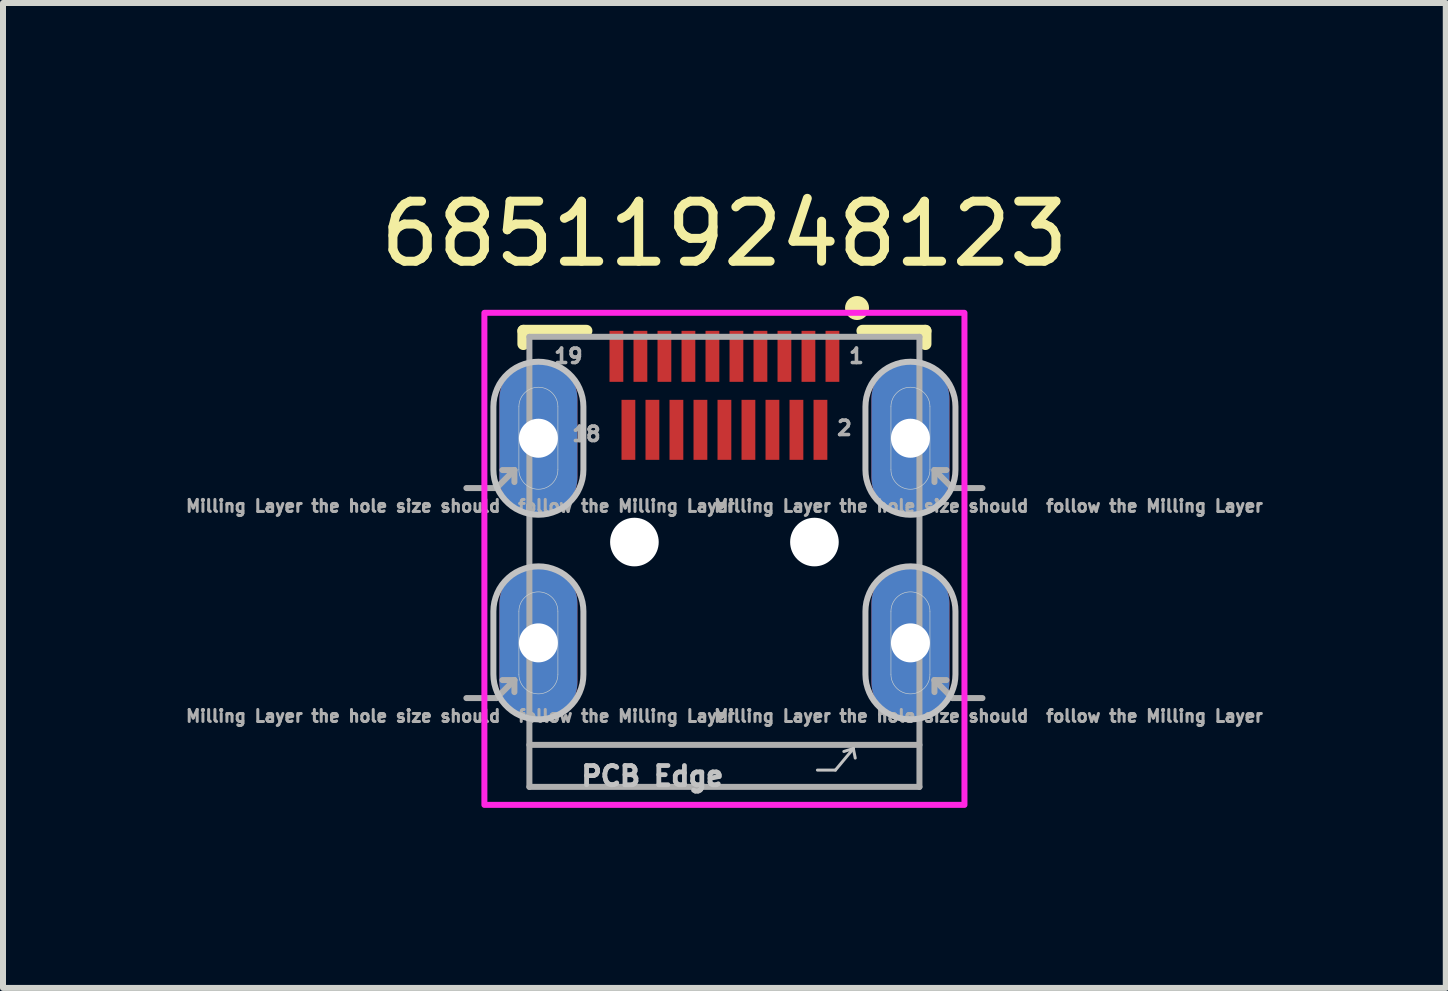
<source format=kicad_pcb>
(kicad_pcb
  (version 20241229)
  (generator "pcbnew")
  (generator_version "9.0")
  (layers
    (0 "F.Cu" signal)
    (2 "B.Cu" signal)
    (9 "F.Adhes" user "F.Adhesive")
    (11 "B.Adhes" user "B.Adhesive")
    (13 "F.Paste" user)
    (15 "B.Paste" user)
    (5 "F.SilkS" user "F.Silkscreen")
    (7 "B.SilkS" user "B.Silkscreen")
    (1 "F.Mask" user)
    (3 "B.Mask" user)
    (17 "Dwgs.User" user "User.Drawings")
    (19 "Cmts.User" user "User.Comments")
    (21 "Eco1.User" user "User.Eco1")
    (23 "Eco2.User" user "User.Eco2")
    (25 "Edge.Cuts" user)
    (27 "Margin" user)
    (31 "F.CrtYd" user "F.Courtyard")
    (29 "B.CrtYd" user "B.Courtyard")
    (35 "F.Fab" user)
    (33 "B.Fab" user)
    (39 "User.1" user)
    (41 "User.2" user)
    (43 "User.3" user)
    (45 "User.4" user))
  (footprint "685119248123"
    (layer "F.Cu")
    (at 9.022 5.983)
    (property "Reference" "685119248123" (at 0 -5.135 0) (layer "F.SilkS") (effects (font (size 1 1) (thickness 0.15))))
    (attr smd)
    (fp_poly (pts (xy -3.95 -2.255) (xy -3.95 -1.205) (xy -3.945 -1.116) (xy -3.931 -1.028) (xy -3.908 -0.942) (xy -3.877 -0.859) (xy -3.836 -0.78) (xy -3.788 -0.705) (xy -3.732 -0.636) (xy -3.669 -0.573) (xy -3.6 -0.517) (xy -3.525 -0.469) (xy -3.446 -0.428) (xy -3.363 -0.397) (xy -3.277 -0.374) (xy -3.189 -0.36) (xy -3.1 -0.355) (xy -3.011 -0.36) (xy -2.923 -0.374) (xy -2.837 -0.397) (xy -2.754 -0.428) (xy -2.675 -0.469) (xy -2.6 -0.517) (xy -2.531 -0.573) (xy -2.468 -0.636) (xy -2.412 -0.705) (xy -2.364 -0.78) (xy -2.323 -0.859) (xy -2.292 -0.942) (xy -2.269 -1.028) (xy -2.255 -1.116) (xy -2.25 -1.205) (xy -2.25 -2.255) (xy -2.255 -2.344) (xy -2.269 -2.432) (xy -2.292 -2.518) (xy -2.323 -2.601) (xy -2.364 -2.68) (xy -2.412 -2.755) (xy -2.468 -2.824) (xy -2.531 -2.887) (xy -2.6 -2.943) (xy -2.675 -2.991) (xy -2.754 -3.032) (xy -2.837 -3.063) (xy -2.923 -3.086) (xy -3.011 -3.1) (xy -3.1 -3.105) (xy -3.189 -3.1) (xy -3.277 -3.086) (xy -3.363 -3.063) (xy -3.446 -3.032) (xy -3.525 -2.991) (xy -3.6 -2.943) (xy -3.669 -2.887) (xy -3.732 -2.824) (xy -3.788 -2.755) (xy -3.836 -2.68) (xy -3.877 -2.601) (xy -3.908 -2.518) (xy -3.931 -2.432) (xy -3.945 -2.344) (xy -3.95 -2.255)) (stroke (width 0.1) (type solid)) (fill yes) (layer "F.Mask"))
    (fp_poly (pts (xy -2.25 2.205) (xy -2.255 2.294) (xy -2.269 2.382) (xy -2.292 2.468) (xy -2.323 2.551) (xy -2.364 2.63) (xy -2.412 2.705) (xy -2.468 2.774) (xy -2.531 2.837) (xy -2.6 2.893) (xy -2.675 2.941) (xy -2.754 2.982) (xy -2.837 3.013) (xy -2.923 3.036) (xy -3.011 3.05) (xy -3.1 3.055) (xy -3.189 3.05) (xy -3.277 3.036) (xy -3.363 3.013) (xy -3.446 2.982) (xy -3.525 2.941) (xy -3.6 2.893) (xy -3.669 2.837) (xy -3.732 2.774) (xy -3.788 2.705) (xy -3.836 2.63) (xy -3.877 2.551) (xy -3.908 2.468) (xy -3.931 2.382) (xy -3.945 2.294) (xy -3.95 2.205) (xy -3.95 1.155) (xy -3.945 1.066) (xy -3.931 0.978) (xy -3.908 0.892) (xy -3.877 0.809) (xy -3.836 0.73) (xy -3.788 0.655) (xy -3.732 0.586) (xy -3.669 0.523) (xy -3.6 0.467) (xy -3.525 0.419) (xy -3.446 0.378) (xy -3.363 0.347) (xy -3.277 0.324) (xy -3.189 0.31) (xy -3.1 0.305) (xy -3.011 0.31) (xy -2.923 0.324) (xy -2.837 0.347) (xy -2.754 0.378) (xy -2.675 0.419) (xy -2.6 0.467) (xy -2.531 0.523) (xy -2.468 0.586) (xy -2.412 0.655) (xy -2.364 0.73) (xy -2.323 0.809) (xy -2.292 0.892) (xy -2.269 0.978) (xy -2.255 1.066) (xy -2.25 1.155) (xy -2.25 2.205)) (stroke (width 0.1) (type solid)) (fill yes) (layer "F.Mask"))
    (fp_poly (pts (xy 2.25 -2.255) (xy 2.25 -1.205) (xy 2.255 -1.116) (xy 2.269 -1.028) (xy 2.292 -0.942) (xy 2.323 -0.859) (xy 2.364 -0.78) (xy 2.412 -0.705) (xy 2.468 -0.636) (xy 2.531 -0.573) (xy 2.6 -0.517) (xy 2.675 -0.469) (xy 2.754 -0.428) (xy 2.837 -0.397) (xy 2.923 -0.374) (xy 3.011 -0.36) (xy 3.1 -0.355) (xy 3.189 -0.36) (xy 3.277 -0.374) (xy 3.363 -0.397) (xy 3.446 -0.428) (xy 3.525 -0.469) (xy 3.6 -0.517) (xy 3.669 -0.573) (xy 3.732 -0.636) (xy 3.788 -0.705) (xy 3.836 -0.78) (xy 3.877 -0.859) (xy 3.908 -0.942) (xy 3.931 -1.028) (xy 3.945 -1.116) (xy 3.95 -1.205) (xy 3.95 -2.255) (xy 3.945 -2.344) (xy 3.931 -2.432) (xy 3.908 -2.518) (xy 3.877 -2.601) (xy 3.836 -2.68) (xy 3.788 -2.755) (xy 3.732 -2.824) (xy 3.669 -2.887) (xy 3.6 -2.943) (xy 3.525 -2.991) (xy 3.446 -3.032) (xy 3.363 -3.063) (xy 3.277 -3.086) (xy 3.189 -3.1) (xy 3.1 -3.105) (xy 3.011 -3.1) (xy 2.923 -3.086) (xy 2.837 -3.063) (xy 2.754 -3.032) (xy 2.675 -2.991) (xy 2.6 -2.943) (xy 2.531 -2.887) (xy 2.468 -2.824) (xy 2.412 -2.755) (xy 2.364 -2.68) (xy 2.323 -2.601) (xy 2.292 -2.518) (xy 2.269 -2.432) (xy 2.255 -2.344) (xy 2.25 -2.255)) (stroke (width 0.1) (type solid)) (fill yes) (layer "F.Mask"))
    (fp_poly (pts (xy 3.95 2.205) (xy 3.945 2.294) (xy 3.931 2.382) (xy 3.908 2.468) (xy 3.877 2.551) (xy 3.836 2.63) (xy 3.788 2.705) (xy 3.732 2.774) (xy 3.669 2.837) (xy 3.6 2.893) (xy 3.525 2.941) (xy 3.446 2.982) (xy 3.363 3.013) (xy 3.277 3.036) (xy 3.189 3.05) (xy 3.1 3.055) (xy 3.011 3.05) (xy 2.923 3.036) (xy 2.837 3.013) (xy 2.754 2.982) (xy 2.675 2.941) (xy 2.6 2.893) (xy 2.531 2.837) (xy 2.468 2.774) (xy 2.412 2.705) (xy 2.364 2.63) (xy 2.323 2.551) (xy 2.292 2.468) (xy 2.269 2.382) (xy 2.255 2.294) (xy 2.25 2.205) (xy 2.25 1.155) (xy 2.255 1.066) (xy 2.269 0.978) (xy 2.292 0.892) (xy 2.323 0.809) (xy 2.364 0.73) (xy 2.412 0.655) (xy 2.468 0.586) (xy 2.531 0.523) (xy 2.6 0.467) (xy 2.675 0.419) (xy 2.754 0.378) (xy 2.837 0.347) (xy 2.923 0.324) (xy 3.011 0.31) (xy 3.1 0.305) (xy 3.189 0.31) (xy 3.277 0.324) (xy 3.363 0.347) (xy 3.446 0.378) (xy 3.525 0.419) (xy 3.6 0.467) (xy 3.669 0.523) (xy 3.732 0.586) (xy 3.788 0.655) (xy 3.836 0.73) (xy 3.877 0.809) (xy 3.908 0.892) (xy 3.931 0.978) (xy 3.945 1.066) (xy 3.95 1.155) (xy 3.95 2.205)) (stroke (width 0.1) (type solid)) (fill yes) (layer "F.Mask"))
    (fp_poly (pts (xy -3.95 -2.255) (xy -3.95 -1.205) (xy -3.945 -1.116) (xy -3.931 -1.028) (xy -3.908 -0.942) (xy -3.877 -0.859) (xy -3.836 -0.78) (xy -3.788 -0.705) (xy -3.732 -0.636) (xy -3.669 -0.573) (xy -3.6 -0.517) (xy -3.525 -0.469) (xy -3.446 -0.428) (xy -3.363 -0.397) (xy -3.277 -0.374) (xy -3.189 -0.36) (xy -3.1 -0.355) (xy -3.011 -0.36) (xy -2.923 -0.374) (xy -2.837 -0.397) (xy -2.754 -0.428) (xy -2.675 -0.469) (xy -2.6 -0.517) (xy -2.531 -0.573) (xy -2.468 -0.636) (xy -2.412 -0.705) (xy -2.364 -0.78) (xy -2.323 -0.859) (xy -2.292 -0.942) (xy -2.269 -1.028) (xy -2.255 -1.116) (xy -2.25 -1.205) (xy -2.25 -2.255) (xy -2.255 -2.344) (xy -2.269 -2.432) (xy -2.292 -2.518) (xy -2.323 -2.601) (xy -2.364 -2.68) (xy -2.412 -2.755) (xy -2.468 -2.824) (xy -2.531 -2.887) (xy -2.6 -2.943) (xy -2.675 -2.991) (xy -2.754 -3.032) (xy -2.837 -3.063) (xy -2.923 -3.086) (xy -3.011 -3.1) (xy -3.1 -3.105) (xy -3.189 -3.1) (xy -3.277 -3.086) (xy -3.363 -3.063) (xy -3.446 -3.032) (xy -3.525 -2.991) (xy -3.6 -2.943) (xy -3.669 -2.887) (xy -3.732 -2.824) (xy -3.788 -2.755) (xy -3.836 -2.68) (xy -3.877 -2.601) (xy -3.908 -2.518) (xy -3.931 -2.432) (xy -3.945 -2.344) (xy -3.95 -2.255)) (stroke (width 0.1) (type solid)) (fill yes) (layer "B.Mask"))
    (fp_poly (pts (xy -2.25 2.205) (xy -2.255 2.294) (xy -2.269 2.382) (xy -2.292 2.468) (xy -2.323 2.551) (xy -2.364 2.63) (xy -2.412 2.705) (xy -2.468 2.774) (xy -2.531 2.837) (xy -2.6 2.893) (xy -2.675 2.941) (xy -2.754 2.982) (xy -2.837 3.013) (xy -2.923 3.036) (xy -3.011 3.05) (xy -3.1 3.055) (xy -3.189 3.05) (xy -3.277 3.036) (xy -3.363 3.013) (xy -3.446 2.982) (xy -3.525 2.941) (xy -3.6 2.893) (xy -3.669 2.837) (xy -3.732 2.774) (xy -3.788 2.705) (xy -3.836 2.63) (xy -3.877 2.551) (xy -3.908 2.468) (xy -3.931 2.382) (xy -3.945 2.294) (xy -3.95 2.205) (xy -3.95 1.155) (xy -3.945 1.066) (xy -3.931 0.978) (xy -3.908 0.892) (xy -3.877 0.809) (xy -3.836 0.73) (xy -3.788 0.655) (xy -3.732 0.586) (xy -3.669 0.523) (xy -3.6 0.467) (xy -3.525 0.419) (xy -3.446 0.378) (xy -3.363 0.347) (xy -3.277 0.324) (xy -3.189 0.31) (xy -3.1 0.305) (xy -3.011 0.31) (xy -2.923 0.324) (xy -2.837 0.347) (xy -2.754 0.378) (xy -2.675 0.419) (xy -2.6 0.467) (xy -2.531 0.523) (xy -2.468 0.586) (xy -2.412 0.655) (xy -2.364 0.73) (xy -2.323 0.809) (xy -2.292 0.892) (xy -2.269 0.978) (xy -2.255 1.066) (xy -2.25 1.155) (xy -2.25 2.205)) (stroke (width 0.1) (type solid)) (fill yes) (layer "B.Mask"))
    (fp_poly (pts (xy 2.25 -2.255) (xy 2.25 -1.205) (xy 2.255 -1.116) (xy 2.269 -1.028) (xy 2.292 -0.942) (xy 2.323 -0.859) (xy 2.364 -0.78) (xy 2.412 -0.705) (xy 2.468 -0.636) (xy 2.531 -0.573) (xy 2.6 -0.517) (xy 2.675 -0.469) (xy 2.754 -0.428) (xy 2.837 -0.397) (xy 2.923 -0.374) (xy 3.011 -0.36) (xy 3.1 -0.355) (xy 3.189 -0.36) (xy 3.277 -0.374) (xy 3.363 -0.397) (xy 3.446 -0.428) (xy 3.525 -0.469) (xy 3.6 -0.517) (xy 3.669 -0.573) (xy 3.732 -0.636) (xy 3.788 -0.705) (xy 3.836 -0.78) (xy 3.877 -0.859) (xy 3.908 -0.942) (xy 3.931 -1.028) (xy 3.945 -1.116) (xy 3.95 -1.205) (xy 3.95 -2.255) (xy 3.945 -2.344) (xy 3.931 -2.432) (xy 3.908 -2.518) (xy 3.877 -2.601) (xy 3.836 -2.68) (xy 3.788 -2.755) (xy 3.732 -2.824) (xy 3.669 -2.887) (xy 3.6 -2.943) (xy 3.525 -2.991) (xy 3.446 -3.032) (xy 3.363 -3.063) (xy 3.277 -3.086) (xy 3.189 -3.1) (xy 3.1 -3.105) (xy 3.011 -3.1) (xy 2.923 -3.086) (xy 2.837 -3.063) (xy 2.754 -3.032) (xy 2.675 -2.991) (xy 2.6 -2.943) (xy 2.531 -2.887) (xy 2.468 -2.824) (xy 2.412 -2.755) (xy 2.364 -2.68) (xy 2.323 -2.601) (xy 2.292 -2.518) (xy 2.269 -2.432) (xy 2.255 -2.344) (xy 2.25 -2.255)) (stroke (width 0.1) (type solid)) (fill yes) (layer "B.Mask"))
    (fp_poly (pts (xy 3.95 2.205) (xy 3.945 2.294) (xy 3.931 2.382) (xy 3.908 2.468) (xy 3.877 2.551) (xy 3.836 2.63) (xy 3.788 2.705) (xy 3.732 2.774) (xy 3.669 2.837) (xy 3.6 2.893) (xy 3.525 2.941) (xy 3.446 2.982) (xy 3.363 3.013) (xy 3.277 3.036) (xy 3.189 3.05) (xy 3.1 3.055) (xy 3.011 3.05) (xy 2.923 3.036) (xy 2.837 3.013) (xy 2.754 2.982) (xy 2.675 2.941) (xy 2.6 2.893) (xy 2.531 2.837) (xy 2.468 2.774) (xy 2.412 2.705) (xy 2.364 2.63) (xy 2.323 2.551) (xy 2.292 2.468) (xy 2.269 2.382) (xy 2.255 2.294) (xy 2.25 2.205) (xy 2.25 1.155) (xy 2.255 1.066) (xy 2.269 0.978) (xy 2.292 0.892) (xy 2.323 0.809) (xy 2.364 0.73) (xy 2.412 0.655) (xy 2.468 0.586) (xy 2.531 0.523) (xy 2.6 0.467) (xy 2.675 0.419) (xy 2.754 0.378) (xy 2.837 0.347) (xy 2.923 0.324) (xy 3.011 0.31) (xy 3.1 0.305) (xy 3.189 0.31) (xy 3.277 0.324) (xy 3.363 0.347) (xy 3.446 0.378) (xy 3.525 0.419) (xy 3.6 0.467) (xy 3.669 0.523) (xy 3.732 0.586) (xy 3.788 0.655) (xy 3.836 0.73) (xy 3.877 0.809) (xy 3.908 0.892) (xy 3.931 0.978) (xy 3.945 1.066) (xy 3.95 1.155) (xy 3.95 2.205)) (stroke (width 0.1) (type solid)) (fill yes) (layer "B.Mask"))
    (fp_line (start -3.35 -3.52) (end -3.35 -3.3) (stroke (width 0.2) (type solid)) (layer "F.SilkS"))
    (fp_line (start -2.3 -3.52) (end -3.35 -3.52) (stroke (width 0.2) (type solid)) (layer "F.SilkS"))
    (fp_line (start 2.3 -3.52) (end 3.35 -3.52) (stroke (width 0.2) (type solid)) (layer "F.SilkS"))
    (fp_line (start 3.35 -3.52) (end 3.35 -3.3) (stroke (width 0.2) (type solid)) (layer "F.SilkS"))
    (fp_circle (center 2.21 -3.9) (end 2.31 -3.9) (stroke (width 0.2) (type solid)) (fill no) (layer "F.SilkS"))
    (fp_line (start 1.55 3.8) (end 1.85 3.8) (stroke (width 0.05) (type solid)) (layer "Dwgs.User"))
    (fp_line (start 1.85 3.8) (end 2.15 3.44) (stroke (width 0.05) (type solid)) (layer "Dwgs.User"))
    (fp_line (start 2.15 3.44) (end 1.99 3.49) (stroke (width 0.05) (type solid)) (layer "Dwgs.User"))
    (fp_line (start 2.15 3.45) (end 2.18 3.6) (stroke (width 0.05) (type solid)) (layer "Dwgs.User"))
    (fp_poly (pts (xy -3.85 -2.255) (xy -3.85 -1.205) (xy -3.846 -1.127) (xy -3.834 -1.049) (xy -3.813 -0.973) (xy -3.785 -0.9) (xy -3.75 -0.83) (xy -3.707 -0.764) (xy -3.657 -0.703) (xy -3.602 -0.648) (xy -3.541 -0.598) (xy -3.475 -0.555) (xy -3.405 -0.52) (xy -3.332 -0.492) (xy -3.256 -0.471) (xy -3.178 -0.459) (xy -3.1 -0.455) (xy -3.022 -0.459) (xy -2.944 -0.471) (xy -2.868 -0.492) (xy -2.795 -0.52) (xy -2.725 -0.555) (xy -2.659 -0.598) (xy -2.598 -0.648) (xy -2.543 -0.703) (xy -2.493 -0.764) (xy -2.45 -0.83) (xy -2.415 -0.9) (xy -2.387 -0.973) (xy -2.366 -1.049) (xy -2.354 -1.127) (xy -2.35 -1.205) (xy -2.35 -2.255) (xy -2.354 -2.333) (xy -2.366 -2.411) (xy -2.387 -2.487) (xy -2.415 -2.56) (xy -2.45 -2.63) (xy -2.493 -2.696) (xy -2.543 -2.757) (xy -2.598 -2.812) (xy -2.659 -2.862) (xy -2.725 -2.905) (xy -2.795 -2.94) (xy -2.868 -2.968) (xy -2.944 -2.989) (xy -3.022 -3.001) (xy -3.1 -3.005) (xy -3.178 -3.001) (xy -3.256 -2.989) (xy -3.332 -2.968) (xy -3.405 -2.94) (xy -3.475 -2.905) (xy -3.541 -2.862) (xy -3.602 -2.812) (xy -3.657 -2.757) (xy -3.707 -2.696) (xy -3.75 -2.63) (xy -3.785 -2.56) (xy -3.813 -2.487) (xy -3.834 -2.411) (xy -3.846 -2.333) (xy -3.85 -2.255)) (stroke (width 0.1) (type solid)) (fill no) (layer "Dwgs.User"))
    (fp_poly (pts (xy -2.35 2.205) (xy -2.354 2.283) (xy -2.366 2.361) (xy -2.387 2.437) (xy -2.415 2.51) (xy -2.45 2.58) (xy -2.493 2.646) (xy -2.543 2.707) (xy -2.598 2.762) (xy -2.659 2.812) (xy -2.725 2.855) (xy -2.795 2.89) (xy -2.868 2.918) (xy -2.944 2.939) (xy -3.022 2.951) (xy -3.1 2.955) (xy -3.178 2.951) (xy -3.256 2.939) (xy -3.332 2.918) (xy -3.405 2.89) (xy -3.475 2.855) (xy -3.541 2.812) (xy -3.602 2.762) (xy -3.657 2.707) (xy -3.707 2.646) (xy -3.75 2.58) (xy -3.785 2.51) (xy -3.813 2.437) (xy -3.834 2.361) (xy -3.846 2.283) (xy -3.85 2.205) (xy -3.85 1.155) (xy -3.846 1.077) (xy -3.834 0.999) (xy -3.813 0.923) (xy -3.785 0.85) (xy -3.75 0.78) (xy -3.707 0.714) (xy -3.657 0.653) (xy -3.602 0.598) (xy -3.541 0.548) (xy -3.475 0.505) (xy -3.405 0.47) (xy -3.332 0.442) (xy -3.256 0.421) (xy -3.178 0.409) (xy -3.1 0.405) (xy -3.022 0.409) (xy -2.944 0.421) (xy -2.868 0.442) (xy -2.795 0.47) (xy -2.725 0.505) (xy -2.659 0.548) (xy -2.598 0.598) (xy -2.543 0.653) (xy -2.493 0.714) (xy -2.45 0.78) (xy -2.415 0.85) (xy -2.387 0.923) (xy -2.366 0.999) (xy -2.354 1.077) (xy -2.35 1.155) (xy -2.35 2.205)) (stroke (width 0.1) (type solid)) (fill no) (layer "Dwgs.User"))
    (fp_poly (pts (xy 2.35 -2.255) (xy 2.35 -1.205) (xy 2.354 -1.127) (xy 2.366 -1.049) (xy 2.387 -0.973) (xy 2.415 -0.9) (xy 2.45 -0.83) (xy 2.493 -0.764) (xy 2.543 -0.703) (xy 2.598 -0.648) (xy 2.659 -0.598) (xy 2.725 -0.555) (xy 2.795 -0.52) (xy 2.868 -0.492) (xy 2.944 -0.471) (xy 3.022 -0.459) (xy 3.1 -0.455) (xy 3.178 -0.459) (xy 3.256 -0.471) (xy 3.332 -0.492) (xy 3.405 -0.52) (xy 3.475 -0.555) (xy 3.541 -0.598) (xy 3.602 -0.648) (xy 3.657 -0.703) (xy 3.707 -0.764) (xy 3.75 -0.83) (xy 3.785 -0.9) (xy 3.813 -0.973) (xy 3.834 -1.049) (xy 3.846 -1.127) (xy 3.85 -1.205) (xy 3.85 -2.255) (xy 3.846 -2.333) (xy 3.834 -2.411) (xy 3.813 -2.487) (xy 3.785 -2.56) (xy 3.75 -2.63) (xy 3.707 -2.696) (xy 3.657 -2.757) (xy 3.602 -2.812) (xy 3.541 -2.862) (xy 3.475 -2.905) (xy 3.405 -2.94) (xy 3.332 -2.968) (xy 3.256 -2.989) (xy 3.178 -3.001) (xy 3.1 -3.005) (xy 3.022 -3.001) (xy 2.944 -2.989) (xy 2.868 -2.968) (xy 2.795 -2.94) (xy 2.725 -2.905) (xy 2.659 -2.862) (xy 2.598 -2.812) (xy 2.543 -2.757) (xy 2.493 -2.696) (xy 2.45 -2.63) (xy 2.415 -2.56) (xy 2.387 -2.487) (xy 2.366 -2.411) (xy 2.354 -2.333) (xy 2.35 -2.255)) (stroke (width 0.1) (type solid)) (fill no) (layer "Dwgs.User"))
    (fp_poly (pts (xy 3.85 2.205) (xy 3.846 2.283) (xy 3.834 2.361) (xy 3.813 2.437) (xy 3.785 2.51) (xy 3.75 2.58) (xy 3.707 2.646) (xy 3.657 2.707) (xy 3.602 2.762) (xy 3.541 2.812) (xy 3.475 2.855) (xy 3.405 2.89) (xy 3.332 2.918) (xy 3.256 2.939) (xy 3.178 2.951) (xy 3.1 2.955) (xy 3.022 2.951) (xy 2.944 2.939) (xy 2.868 2.918) (xy 2.795 2.89) (xy 2.725 2.855) (xy 2.659 2.812) (xy 2.598 2.762) (xy 2.543 2.707) (xy 2.493 2.646) (xy 2.45 2.58) (xy 2.415 2.51) (xy 2.387 2.437) (xy 2.366 2.361) (xy 2.354 2.283) (xy 2.35 2.205) (xy 2.35 1.155) (xy 2.354 1.077) (xy 2.366 0.999) (xy 2.387 0.923) (xy 2.415 0.85) (xy 2.45 0.78) (xy 2.493 0.714) (xy 2.543 0.653) (xy 2.598 0.598) (xy 2.659 0.548) (xy 2.725 0.505) (xy 2.795 0.47) (xy 2.868 0.442) (xy 2.944 0.421) (xy 3.022 0.409) (xy 3.1 0.405) (xy 3.178 0.409) (xy 3.256 0.421) (xy 3.332 0.442) (xy 3.405 0.47) (xy 3.475 0.505) (xy 3.541 0.548) (xy 3.602 0.598) (xy 3.657 0.653) (xy 3.707 0.714) (xy 3.75 0.78) (xy 3.785 0.85) (xy 3.813 0.923) (xy 3.834 0.999) (xy 3.846 1.077) (xy 3.85 1.155) (xy 3.85 2.205)) (stroke (width 0.1) (type solid)) (fill no) (layer "Dwgs.User"))
    (fp_line (start -3.425 -2.255) (end -3.425 -1.205) (stroke (width 0.01) (type solid)) (layer "Edge.Cuts"))
    (fp_line (start -3.425 2.205) (end -3.425 1.155) (stroke (width 0.01) (type solid)) (layer "Edge.Cuts"))
    (fp_line (start -2.775 -1.205) (end -2.775 -2.255) (stroke (width 0.01) (type solid)) (layer "Edge.Cuts"))
    (fp_line (start -2.775 1.155) (end -2.775 2.205) (stroke (width 0.01) (type solid)) (layer "Edge.Cuts"))
    (fp_line (start 2.775 -2.255) (end 2.775 -1.205) (stroke (width 0.01) (type solid)) (layer "Edge.Cuts"))
    (fp_line (start 2.775 1.155) (end 2.775 2.205) (stroke (width 0.01) (type solid)) (layer "Edge.Cuts"))
    (fp_line (start 3.425 -1.205) (end 3.425 -2.255) (stroke (width 0.01) (type solid)) (layer "Edge.Cuts"))
    (fp_line (start 3.425 2.205) (end 3.425 1.155) (stroke (width 0.01) (type solid)) (layer "Edge.Cuts"))
    (fp_arc (start -3.425 -2.255) (mid -3.1 -2.58) (end -2.775 -2.255) (stroke (width 0.01) (type solid)) (layer "Edge.Cuts"))
    (fp_arc (start -3.425 1.155) (mid -3.1 0.83) (end -2.775 1.155) (stroke (width 0.01) (type solid)) (layer "Edge.Cuts"))
    (fp_arc (start -2.775 -1.205) (mid -3.1 -0.88) (end -3.425 -1.205) (stroke (width 0.01) (type solid)) (layer "Edge.Cuts"))
    (fp_arc (start -2.775 2.205) (mid -3.1 2.53) (end -3.425 2.205) (stroke (width 0.01) (type solid)) (layer "Edge.Cuts"))
    (fp_arc (start 2.775 -2.255) (mid 3.1 -2.58) (end 3.425 -2.255) (stroke (width 0.01) (type solid)) (layer "Edge.Cuts"))
    (fp_arc (start 2.775 1.155) (mid 3.1 0.83) (end 3.425 1.155) (stroke (width 0.01) (type solid)) (layer "Edge.Cuts"))
    (fp_arc (start 3.425 -1.205) (mid 3.1 -0.88) (end 2.775 -1.205) (stroke (width 0.01) (type solid)) (layer "Edge.Cuts"))
    (fp_arc (start 3.425 2.205) (mid 3.1 2.53) (end 2.775 2.205) (stroke (width 0.01) (type solid)) (layer "Edge.Cuts"))
    (fp_poly (pts (xy -4 -3.82) (xy 4 -3.82) (xy 4 4.38) (xy -4 4.38)) (stroke (width 0.1) (type solid)) (fill no) (layer "F.CrtYd"))
    (fp_line (start -4.3 -0.9) (end -3.8 -0.9) (stroke (width 0.1) (type solid)) (layer "F.Fab"))
    (fp_line (start -4.3 2.6) (end -3.8 2.6) (stroke (width 0.1) (type solid)) (layer "F.Fab"))
    (fp_line (start -3.8 -0.9) (end -3.5 -1.2) (stroke (width 0.1) (type solid)) (layer "F.Fab"))
    (fp_line (start -3.8 2.6) (end -3.5 2.3) (stroke (width 0.1) (type solid)) (layer "F.Fab"))
    (fp_line (start -3.5 -1.2) (end -3.7 -1.2) (stroke (width 0.1) (type solid)) (layer "F.Fab"))
    (fp_line (start -3.5 -1.2) (end -3.5 -1) (stroke (width 0.1) (type solid)) (layer "F.Fab"))
    (fp_line (start -3.5 2.3) (end -3.7 2.3) (stroke (width 0.1) (type solid)) (layer "F.Fab"))
    (fp_line (start -3.5 2.3) (end -3.5 2.5) (stroke (width 0.1) (type solid)) (layer "F.Fab"))
    (fp_line (start -3.25 -3.42) (end 3.25 -3.42) (stroke (width 0.1) (type solid)) (layer "F.Fab"))
    (fp_line (start -3.25 3.38) (end 3.25 3.38) (stroke (width 0.1) (type solid)) (layer "F.Fab"))
    (fp_line (start -3.25 4.08) (end -3.25 -3.42) (stroke (width 0.1) (type solid)) (layer "F.Fab"))
    (fp_line (start 3.25 -3.42) (end 3.25 4.08) (stroke (width 0.1) (type solid)) (layer "F.Fab"))
    (fp_line (start 3.25 4.08) (end -3.25 4.08) (stroke (width 0.1) (type solid)) (layer "F.Fab"))
    (fp_line (start 3.5 -1.2) (end 3.5 -1) (stroke (width 0.1) (type solid)) (layer "F.Fab"))
    (fp_line (start 3.5 -1.2) (end 3.7 -1.2) (stroke (width 0.1) (type solid)) (layer "F.Fab"))
    (fp_line (start 3.5 2.3) (end 3.5 2.5) (stroke (width 0.1) (type solid)) (layer "F.Fab"))
    (fp_line (start 3.5 2.3) (end 3.7 2.3) (stroke (width 0.1) (type solid)) (layer "F.Fab"))
    (fp_line (start 3.8 -0.9) (end 3.5 -1.2) (stroke (width 0.1) (type solid)) (layer "F.Fab"))
    (fp_line (start 3.8 2.6) (end 3.5 2.3) (stroke (width 0.1) (type solid)) (layer "F.Fab"))
    (fp_line (start 4.3 -0.9) (end 3.8 -0.9) (stroke (width 0.1) (type solid)) (layer "F.Fab"))
    (fp_line (start 4.3 2.6) (end 3.8 2.6) (stroke (width 0.1) (type solid)) (layer "F.Fab"))
    (fp_text user "PCB Edge" (at -1.2 3.9 0) (layer "Dwgs.User") (effects (font (size 0.32 0.32) (thickness 0.15))))
    (fp_text user "19" (at -2.6 -3.1 0) (layer "F.Fab") (effects (font (size 0.24 0.24) (thickness 0.15))))
    (fp_text user "18" (at -2.3 -1.8 0) (layer "F.Fab") (effects (font (size 0.24 0.24) (thickness 0.15))))
    (fp_text user "Milling Layer the hole size should  follow the Milling Layer" (at 4.4 -0.6 0) (layer "F.Fab") (effects (font (size 0.2 0.2) (thickness 0.15))))
    (fp_text user "Milling Layer the hole size should  follow the Milling Layer" (at -4.4 2.9 0) (layer "F.Fab") (effects (font (size 0.2 0.2) (thickness 0.15))))
    (fp_text user "Milling Layer the hole size should  follow the Milling Layer" (at 4.4 2.9 0) (layer "F.Fab") (effects (font (size 0.2 0.2) (thickness 0.15))))
    (fp_text user "2" (at 2 -1.9 0) (layer "F.Fab") (effects (font (size 0.24 0.24) (thickness 0.15))))
    (fp_text user "Milling Layer the hole size should  follow the Milling Layer" (at -4.4 -0.6 0) (layer "F.Fab") (effects (font (size 0.2 0.2) (thickness 0.15))))
    (fp_text user "1" (at 2.2 -3.1 0) (layer "F.Fab") (effects (font (size 0.24 0.24) (thickness 0.15))))
    (pad "" np_thru_hole circle (at -1.5 0) (size 0.81 0.81) (drill 0.81) (layers "*.Cu" "*.Mask"))
    (pad "" np_thru_hole circle (at 1.5 0) (size 0.81 0.81) (drill 0.81) (layers "*.Cu" "*.Mask"))
    (pad "1" smd rect (at 1.8 -3.095 90) (size 0.85 0.23) (layers "F.Cu" "F.Mask" "F.Paste"))
    (pad "2" smd rect (at 1.6 -1.87 90) (size 1 0.23) (layers "F.Cu" "F.Mask" "F.Paste"))
    (pad "3" smd rect (at 1.4 -3.095 90) (size 0.85 0.23) (layers "F.Cu" "F.Mask" "F.Paste"))
    (pad "4" smd rect (at 1.2 -1.87 90) (size 1 0.23) (layers "F.Cu" "F.Mask" "F.Paste"))
    (pad "5" smd rect (at 1 -3.095 90) (size 0.85 0.23) (layers "F.Cu" "F.Mask" "F.Paste"))
    (pad "6" smd rect (at 0.8 -1.87 90) (size 1 0.23) (layers "F.Cu" "F.Mask" "F.Paste"))
    (pad "7" smd rect (at 0.6 -3.095 90) (size 0.85 0.23) (layers "F.Cu" "F.Mask" "F.Paste"))
    (pad "8" smd rect (at 0.4 -1.87 90) (size 1 0.23) (layers "F.Cu" "F.Mask" "F.Paste"))
    (pad "9" smd rect (at 0.2 -3.095 90) (size 0.85 0.23) (layers "F.Cu" "F.Mask" "F.Paste"))
    (pad "10" smd rect (at 0 -1.87 90) (size 1 0.23) (layers "F.Cu" "F.Mask" "F.Paste"))
    (pad "11" smd rect (at -0.2 -3.095 90) (size 0.85 0.23) (layers "F.Cu" "F.Mask" "F.Paste"))
    (pad "12" smd rect (at -0.4 -1.87 90) (size 1 0.23) (layers "F.Cu" "F.Mask" "F.Paste"))
    (pad "13" smd rect (at -0.6 -3.095 90) (size 0.85 0.23) (layers "F.Cu" "F.Mask" "F.Paste"))
    (pad "14" smd rect (at -0.8 -1.87 90) (size 1 0.23) (layers "F.Cu" "F.Mask" "F.Paste"))
    (pad "15" smd rect (at -1 -3.095 90) (size 0.85 0.23) (layers "F.Cu" "F.Mask" "F.Paste"))
    (pad "16" smd rect (at -1.2 -1.87 90) (size 1 0.23) (layers "F.Cu" "F.Mask" "F.Paste"))
    (pad "17" smd rect (at -1.4 -3.095 90) (size 0.85 0.23) (layers "F.Cu" "F.Mask" "F.Paste"))
    (pad "18" smd rect (at -1.6 -1.87 90) (size 1 0.23) (layers "F.Cu" "F.Mask" "F.Paste"))
    (pad "19" smd rect (at -1.8 -3.095 90) (size 0.85 0.23) (layers "F.Cu" "F.Mask" "F.Paste"))
    (pad "S1" thru_hole oval (at 3.1 -1.73) (size 1.3 2.6) (drill 0.65) (layers "*.Cu"))
    (pad "S2" thru_hole oval (at -3.1 -1.73) (size 1.3 2.6) (drill 0.65) (layers "*.Cu"))
    (pad "S3" thru_hole oval (at -3.1 1.68) (size 1.3 2.6) (drill 0.65) (layers "*.Cu"))
    (pad "S4" thru_hole oval (at 3.1 1.68) (size 1.3 2.6) (drill 0.65) (layers "*.Cu")))
  (gr_rect
    (start -3 -3)
    (end 21.043 13.413)
    (stroke (width 0.1) (type default))
    (fill no)
    (layer "Edge.Cuts")))
</source>
